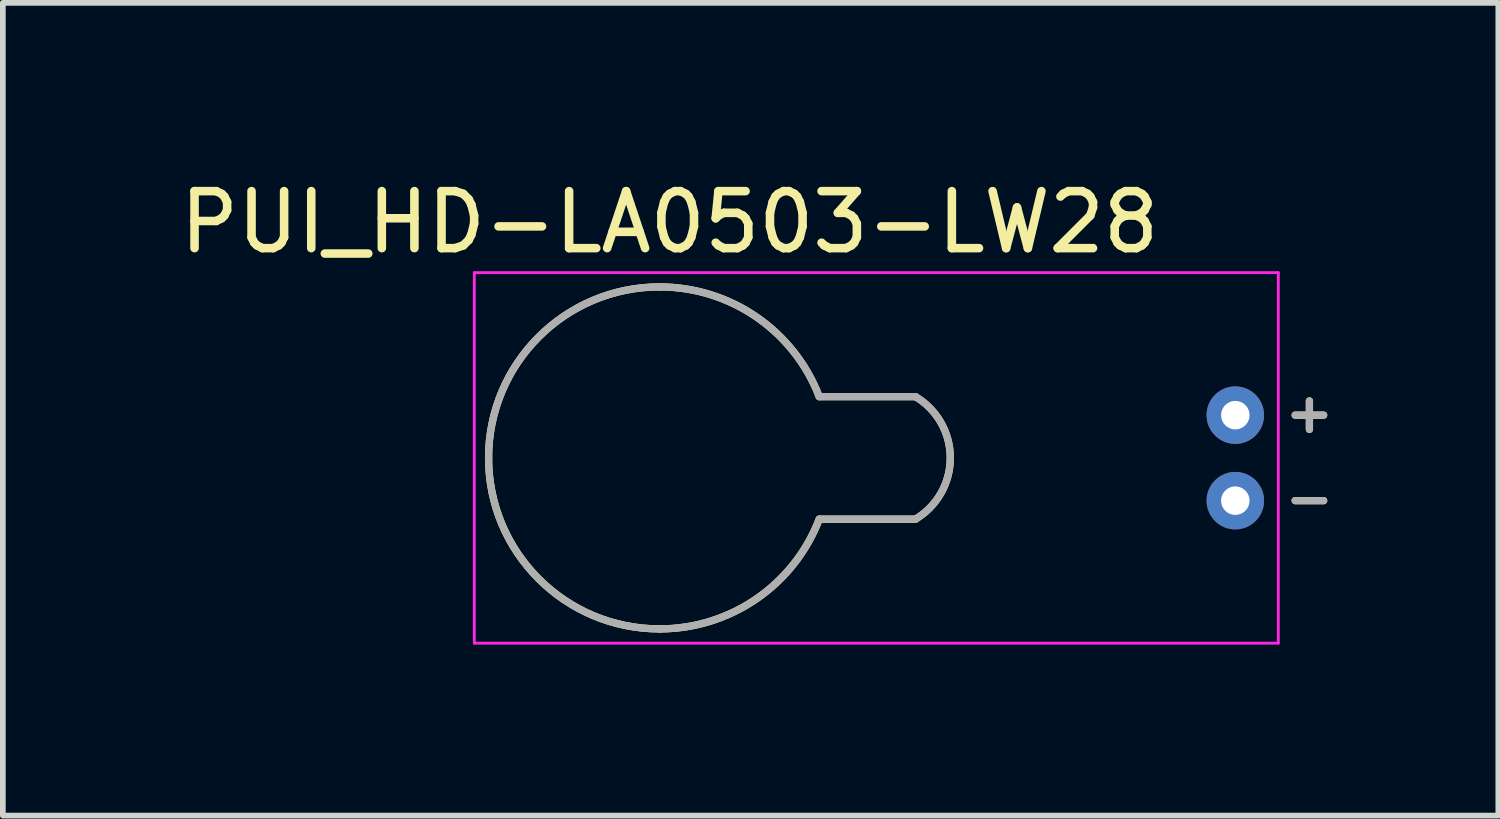
<source format=kicad_pcb>
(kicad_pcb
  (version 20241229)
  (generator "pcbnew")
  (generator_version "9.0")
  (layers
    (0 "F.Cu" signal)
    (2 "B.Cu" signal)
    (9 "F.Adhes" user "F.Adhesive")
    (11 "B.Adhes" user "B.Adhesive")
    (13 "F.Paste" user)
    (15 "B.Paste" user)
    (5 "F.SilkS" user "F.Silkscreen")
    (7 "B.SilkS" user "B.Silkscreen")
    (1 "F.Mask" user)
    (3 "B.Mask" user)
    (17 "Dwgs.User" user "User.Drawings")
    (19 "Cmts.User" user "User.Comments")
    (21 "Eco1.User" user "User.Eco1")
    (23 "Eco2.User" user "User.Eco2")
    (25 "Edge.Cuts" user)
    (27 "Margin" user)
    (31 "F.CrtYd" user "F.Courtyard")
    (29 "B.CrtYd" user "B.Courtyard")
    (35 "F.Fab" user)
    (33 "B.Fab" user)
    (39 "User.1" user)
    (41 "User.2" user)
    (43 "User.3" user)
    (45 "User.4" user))
  (footprint "PUI_HD-LA0503-LW28"
    (layer "F.Cu")
    (at 8.521 4.983)
    (property "Reference" "PUI_HD-LA0503-LW28" (at 0.175 -4.135 0) (layer "F.SilkS") (effects (font (size 1 1) (thickness 0.15))))
    (attr through_hole)
    (fp_line (start 2.801 1.075) (end 4.488 1.075) (stroke (width 0.127) (type solid)) (layer "F.SilkS"))
    (fp_line (start 4.488 -1.075) (end 2.801 -1.075) (stroke (width 0.127) (type solid)) (layer "F.SilkS"))
    (fp_line (start 11.15 -0.75) (end 11.65 -0.75) (stroke (width 0.127) (type solid)) (layer "F.SilkS"))
    (fp_line (start 11.15 0.75) (end 11.65 0.75) (stroke (width 0.127) (type solid)) (layer "F.SilkS"))
    (fp_line (start 11.4 -1) (end 11.4 -0.5) (stroke (width 0.127) (type solid)) (layer "F.SilkS"))
    (fp_arc (start -3 0) (mid -2.12132 -2.12132) (end 0 -3) (stroke (width 0.127) (type solid)) (layer "F.SilkS"))
    (fp_arc (start 0 -3) (mid 1.699264 -2.472347) (end 2.80078 -1.075) (stroke (width 0.127) (type solid)) (layer "F.SilkS"))
    (fp_arc (start 0 3) (mid -2.12132 2.12132) (end -3 0) (stroke (width 0.127) (type solid)) (layer "F.SilkS"))
    (fp_arc (start 2.80078 1.075) (mid 1.699264 2.472347) (end 0 3) (stroke (width 0.127) (type solid)) (layer "F.SilkS"))
    (fp_arc (start 4.48787 -1.075) (mid 5.100001 0) (end 4.487869 1.075) (stroke (width 0.127) (type solid)) (layer "F.SilkS"))
    (fp_line (start -3.25 -3.25) (end 10.854 -3.25) (stroke (width 0.05) (type solid)) (layer "F.CrtYd"))
    (fp_line (start -3.25 3.25) (end -3.25 -3.25) (stroke (width 0.05) (type solid)) (layer "F.CrtYd"))
    (fp_line (start 10.854 -3.25) (end 10.854 3.25) (stroke (width 0.05) (type solid)) (layer "F.CrtYd"))
    (fp_line (start 10.854 3.25) (end -3.25 3.25) (stroke (width 0.05) (type solid)) (layer "F.CrtYd"))
    (fp_line (start 2.801 1.075) (end 4.488 1.075) (stroke (width 0.127) (type solid)) (layer "F.Fab"))
    (fp_line (start 4.488 -1.075) (end 2.801 -1.075) (stroke (width 0.127) (type solid)) (layer "F.Fab"))
    (fp_line (start 11.15 -0.75) (end 11.65 -0.75) (stroke (width 0.127) (type solid)) (layer "F.Fab"))
    (fp_line (start 11.15 0.75) (end 11.65 0.75) (stroke (width 0.127) (type solid)) (layer "F.Fab"))
    (fp_line (start 11.4 -1) (end 11.4 -0.5) (stroke (width 0.127) (type solid)) (layer "F.Fab"))
    (fp_arc (start -3 0) (mid -2.12132 -2.12132) (end 0 -3) (stroke (width 0.127) (type solid)) (layer "F.Fab"))
    (fp_arc (start 0 -3) (mid 1.699264 -2.472347) (end 2.80078 -1.075) (stroke (width 0.127) (type solid)) (layer "F.Fab"))
    (fp_arc (start 0 3) (mid -2.12132 2.12132) (end -3 0) (stroke (width 0.127) (type solid)) (layer "F.Fab"))
    (fp_arc (start 2.80078 1.075) (mid 1.699264 2.472347) (end 0 3) (stroke (width 0.127) (type solid)) (layer "F.Fab"))
    (fp_arc (start 4.48787 -1.075) (mid 5.100001 0) (end 4.487869 1.075) (stroke (width 0.127) (type solid)) (layer "F.Fab"))
    (pad "N" thru_hole circle (at 10.1 0.75) (size 1.008 1.008) (drill 0.5) (layers "*.Cu" "*.Mask"))
    (pad "P" thru_hole circle (at 10.1 -0.75) (size 1.008 1.008) (drill 0.5) (layers "*.Cu" "*.Mask")))
  (gr_rect
    (start -3 -3)
    (end 23.235 11.258)
    (stroke (width 0.1) (type default))
    (fill no)
    (layer "Edge.Cuts")))
</source>
